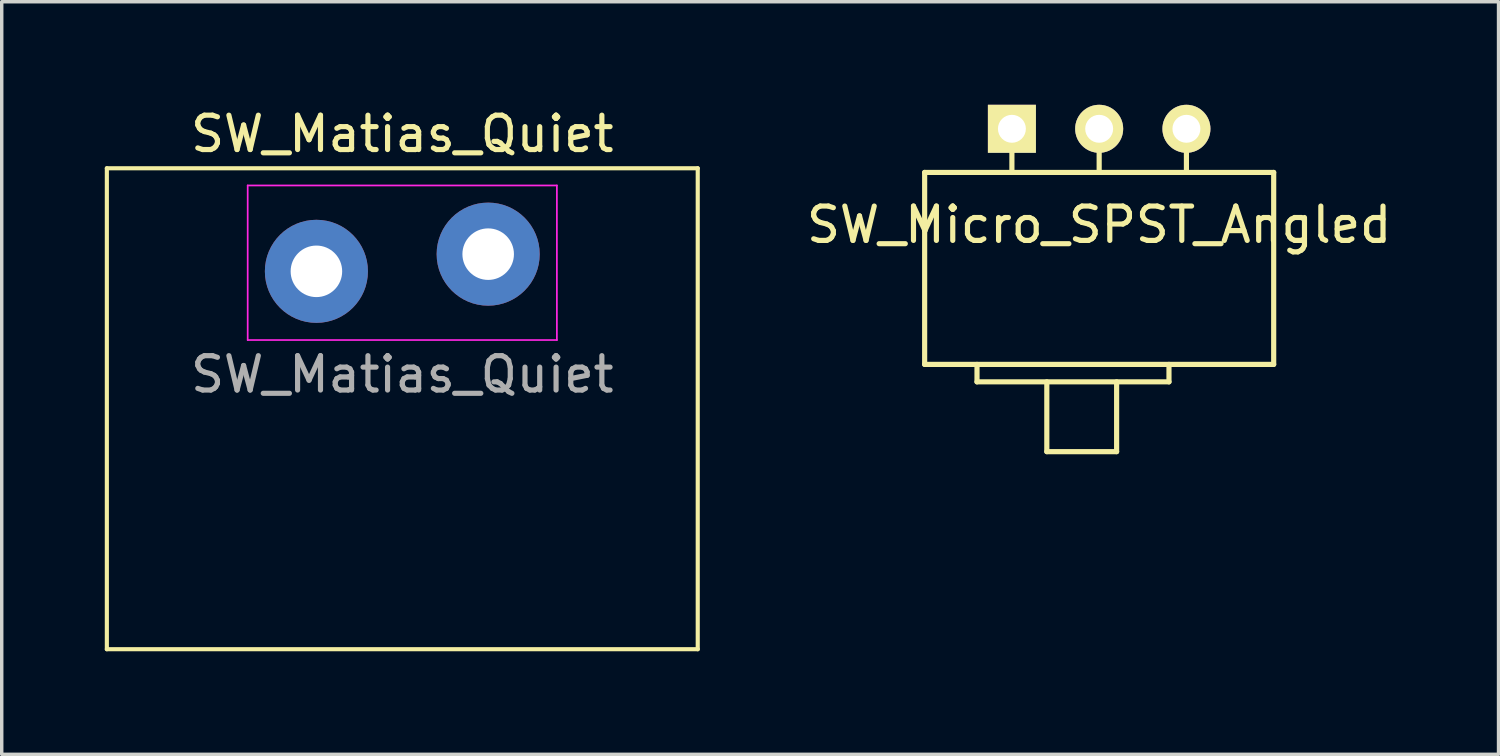
<source format=kicad_pcb>
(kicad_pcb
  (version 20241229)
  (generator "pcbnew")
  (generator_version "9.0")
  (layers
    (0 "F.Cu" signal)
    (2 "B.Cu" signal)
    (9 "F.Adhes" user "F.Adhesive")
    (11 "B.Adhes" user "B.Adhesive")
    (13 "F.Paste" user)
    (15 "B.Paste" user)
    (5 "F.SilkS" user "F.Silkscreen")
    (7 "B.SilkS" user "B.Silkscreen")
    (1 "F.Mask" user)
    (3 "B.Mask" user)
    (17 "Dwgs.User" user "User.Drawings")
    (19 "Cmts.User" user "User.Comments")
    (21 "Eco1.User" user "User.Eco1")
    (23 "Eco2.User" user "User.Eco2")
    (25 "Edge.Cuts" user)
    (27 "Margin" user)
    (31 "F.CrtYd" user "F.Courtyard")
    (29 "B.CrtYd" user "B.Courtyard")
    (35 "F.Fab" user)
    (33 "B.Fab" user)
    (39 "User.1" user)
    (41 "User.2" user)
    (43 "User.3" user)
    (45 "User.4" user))
  (footprint "SW_Matias_Quiet"
    (layer "F.Cu")
    (at 6.16 4.848)
    (property "Reference" "SW_Matias_Quiet" (at 2.5 -4 0) (layer "F.SilkS") (effects (font (size 1 1) (thickness 0.15))))
    (attr through_hole)
    (fp_line (start -6.1 -3) (end 11.1 -3) (stroke (width 0.12) (type solid)) (layer "F.SilkS"))
    (fp_line (start -6.1 11) (end -6.1 -3) (stroke (width 0.12) (type solid)) (layer "F.SilkS"))
    (fp_line (start 11.1 -3) (end 11.1 11) (stroke (width 0.12) (type solid)) (layer "F.SilkS"))
    (fp_line (start 11.1 11) (end -6.1 11) (stroke (width 0.12) (type solid)) (layer "F.SilkS"))
    (fp_line (start -2 -2.5) (end -2 2) (stroke (width 0.05) (type solid)) (layer "F.CrtYd"))
    (fp_line (start -2 -2.5) (end 7 -2.5) (stroke (width 0.05) (type solid)) (layer "F.CrtYd"))
    (fp_line (start 7 2) (end -2 2) (stroke (width 0.05) (type solid)) (layer "F.CrtYd"))
    (fp_line (start 7 2) (end 7 -2.5) (stroke (width 0.05) (type solid)) (layer "F.CrtYd"))
    (fp_text user "${REFERENCE}" (at 2.5 3 0) (layer "F.Fab") (effects (font (size 1 1) (thickness 0.15))))
    (pad "1" thru_hole circle (at 0 0) (size 3 3) (drill 1.5) (layers "*.Cu" "*.Mask"))
    (pad "2" thru_hole circle (at 5 -0.5) (size 3 3) (drill 1.5) (layers "*.Cu" "*.Mask")))
  (footprint "SW_Micro_SPST_Angled"
    (layer "F.Cu")
    (at 28.945 0.699)
    (property "Reference" "SW_Micro_SPST_Angled" (at 0 2.794 0) (layer "F.SilkS") (effects (font (size 1 1) (thickness 0.15))))
    (attr through_hole)
    (fp_line (start -5.08 1.27) (end -5.08 6.858) (stroke (width 0.15) (type solid)) (layer "F.SilkS"))
    (fp_line (start -5.08 1.27) (end 5.08 1.27) (stroke (width 0.15) (type solid)) (layer "F.SilkS"))
    (fp_line (start -3.556 6.858) (end -3.556 7.366) (stroke (width 0.15) (type solid)) (layer "F.SilkS"))
    (fp_line (start -3.556 7.366) (end 2.032 7.366) (stroke (width 0.15) (type solid)) (layer "F.SilkS"))
    (fp_line (start -2.54 0) (end -2.54 1.27) (stroke (width 0.15) (type solid)) (layer "F.SilkS"))
    (fp_line (start -1.524 7.366) (end -1.524 9.398) (stroke (width 0.15) (type solid)) (layer "F.SilkS"))
    (fp_line (start -1.524 9.398) (end 0.508 9.398) (stroke (width 0.15) (type solid)) (layer "F.SilkS"))
    (fp_line (start 0 0) (end 0 1.27) (stroke (width 0.15) (type solid)) (layer "F.SilkS"))
    (fp_line (start 0.508 7.366) (end 0.508 9.398) (stroke (width 0.15) (type solid)) (layer "F.SilkS"))
    (fp_line (start 2.032 7.366) (end 2.032 6.858) (stroke (width 0.15) (type solid)) (layer "F.SilkS"))
    (fp_line (start 2.54 0) (end 2.54 1.27) (stroke (width 0.15) (type solid)) (layer "F.SilkS"))
    (fp_line (start 5.08 1.27) (end 5.08 6.858) (stroke (width 0.15) (type solid)) (layer "F.SilkS"))
    (fp_line (start 5.08 6.858) (end -5.08 6.858) (stroke (width 0.15) (type solid)) (layer "F.SilkS"))
    (pad "1" thru_hole rect (at -2.54 0) (size 1.397 1.397) (drill 0.813) (layers "*.Cu" "*.Mask" "F.SilkS"))
    (pad "2" thru_hole circle (at 0 0) (size 1.397 1.397) (drill 0.813) (layers "*.Cu" "*.Mask" "F.SilkS"))
    (pad "3" thru_hole circle (at 2.54 0) (size 1.397 1.397) (drill 0.813) (layers "*.Cu" "*.Mask" "F.SilkS")))
  (gr_rect
    (start -3 -3)
    (end 40.57 18.908)
    (stroke (width 0.1) (type default))
    (fill no)
    (layer "Edge.Cuts")))
</source>
